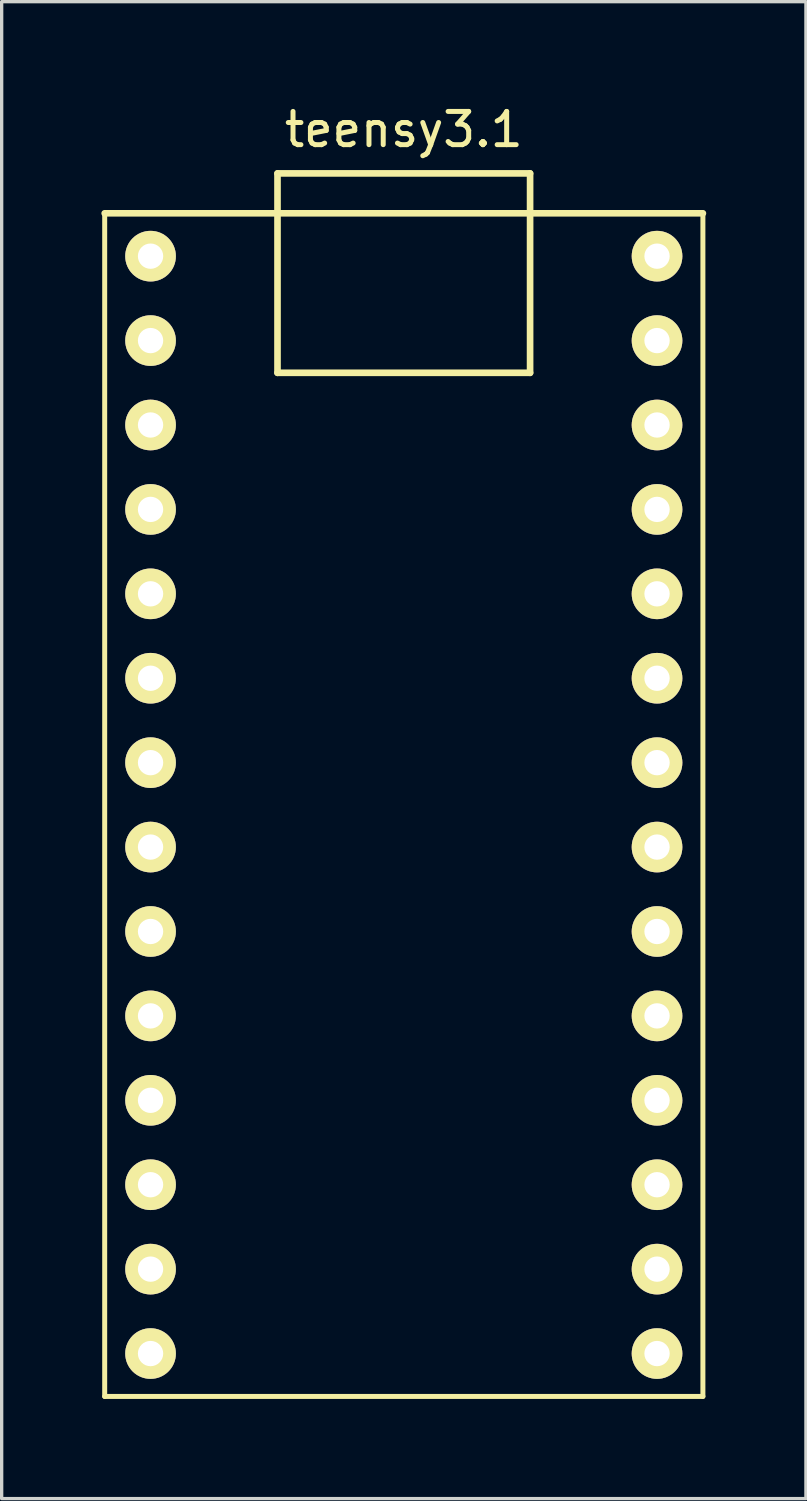
<source format=kicad_pcb>
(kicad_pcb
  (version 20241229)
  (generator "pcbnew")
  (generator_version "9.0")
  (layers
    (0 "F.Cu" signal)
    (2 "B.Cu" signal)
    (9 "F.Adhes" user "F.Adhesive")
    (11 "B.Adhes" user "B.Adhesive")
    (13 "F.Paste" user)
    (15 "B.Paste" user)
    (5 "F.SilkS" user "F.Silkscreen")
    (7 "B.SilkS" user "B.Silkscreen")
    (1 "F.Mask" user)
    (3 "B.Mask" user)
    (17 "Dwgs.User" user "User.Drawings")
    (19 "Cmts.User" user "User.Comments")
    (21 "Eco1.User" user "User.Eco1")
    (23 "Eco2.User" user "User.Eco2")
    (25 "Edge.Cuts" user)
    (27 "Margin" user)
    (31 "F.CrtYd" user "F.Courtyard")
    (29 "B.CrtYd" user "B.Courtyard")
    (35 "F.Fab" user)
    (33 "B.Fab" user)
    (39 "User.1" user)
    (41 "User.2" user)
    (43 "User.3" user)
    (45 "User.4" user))
  (footprint "teensy3.1"
    (layer "F.Cu")
    (at 9.1 21.168)
    (property "Reference" "teensy3.1" (at 0 -20.32 0) (layer "F.SilkS") (effects (font (size 1 1) (thickness 0.15))))
    (attr through_hole)
    (fp_line (start -9 -17.8) (end 9 -17.8) (stroke (width 0.2) (type solid)) (layer "F.SilkS"))
    (fp_line (start -9 17.8) (end -9 -17.8) (stroke (width 0.15) (type solid)) (layer "F.SilkS"))
    (fp_line (start -3.8 -19) (end -3.8 -13) (stroke (width 0.2) (type solid)) (layer "F.SilkS"))
    (fp_line (start -3.8 -13) (end 3.8 -13) (stroke (width 0.2) (type solid)) (layer "F.SilkS"))
    (fp_line (start 3.8 -19) (end -3.8 -19) (stroke (width 0.2) (type solid)) (layer "F.SilkS"))
    (fp_line (start 3.8 -13) (end 3.8 -19) (stroke (width 0.2) (type solid)) (layer "F.SilkS"))
    (fp_line (start 9 -17.8) (end 9 17.8) (stroke (width 0.15) (type solid)) (layer "F.SilkS"))
    (fp_line (start 9 17.8) (end -9 17.8) (stroke (width 0.15) (type solid)) (layer "F.SilkS"))
    (pad "0" thru_hole circle (at -7.62 -16.51) (size 1.524 1.524) (drill 0.762) (layers "*.Cu" "*.Mask" "F.SilkS"))
    (pad "1" thru_hole circle (at -7.62 -13.97) (size 1.524 1.524) (drill 0.762) (layers "*.Cu" "*.Mask" "F.SilkS"))
    (pad "2" thru_hole circle (at -7.62 -11.43) (size 1.524 1.524) (drill 0.762) (layers "*.Cu" "*.Mask" "F.SilkS"))
    (pad "3" thru_hole circle (at -7.62 -8.89) (size 1.524 1.524) (drill 0.762) (layers "*.Cu" "*.Mask" "F.SilkS"))
    (pad "4" thru_hole circle (at -7.62 -6.35) (size 1.524 1.524) (drill 0.762) (layers "*.Cu" "*.Mask" "F.SilkS"))
    (pad "5" thru_hole circle (at -7.62 -3.81) (size 1.524 1.524) (drill 0.762) (layers "*.Cu" "*.Mask" "F.SilkS"))
    (pad "6" thru_hole circle (at -7.62 -1.27) (size 1.524 1.524) (drill 0.762) (layers "*.Cu" "*.Mask" "F.SilkS"))
    (pad "7" thru_hole circle (at -7.62 1.27) (size 1.524 1.524) (drill 0.762) (layers "*.Cu" "*.Mask" "F.SilkS"))
    (pad "8" thru_hole circle (at -7.62 3.81) (size 1.524 1.524) (drill 0.762) (layers "*.Cu" "*.Mask" "F.SilkS"))
    (pad "9" thru_hole circle (at -7.62 6.35) (size 1.524 1.524) (drill 0.762) (layers "*.Cu" "*.Mask" "F.SilkS"))
    (pad "10" thru_hole circle (at -7.62 8.89) (size 1.524 1.524) (drill 0.762) (layers "*.Cu" "*.Mask" "F.SilkS"))
    (pad "11" thru_hole circle (at -7.62 11.43) (size 1.524 1.524) (drill 0.762) (layers "*.Cu" "*.Mask" "F.SilkS"))
    (pad "12" thru_hole circle (at -7.62 13.97) (size 1.524 1.524) (drill 0.762) (layers "*.Cu" "*.Mask" "F.SilkS"))
    (pad "13" thru_hole circle (at -7.62 16.51) (size 1.524 1.524) (drill 0.762) (layers "*.Cu" "*.Mask" "F.SilkS"))
    (pad "19" thru_hole circle (at 7.62 16.51) (size 1.524 1.524) (drill 0.762) (layers "*.Cu" "*.Mask" "F.SilkS"))
    (pad "20" thru_hole circle (at 7.62 13.97) (size 1.524 1.524) (drill 0.762) (layers "*.Cu" "*.Mask" "F.SilkS"))
    (pad "21" thru_hole circle (at 7.62 11.43) (size 1.524 1.524) (drill 0.762) (layers "*.Cu" "*.Mask" "F.SilkS"))
    (pad "22" thru_hole circle (at 7.62 8.89) (size 1.524 1.524) (drill 0.762) (layers "*.Cu" "*.Mask" "F.SilkS"))
    (pad "23" thru_hole circle (at 7.62 6.35) (size 1.524 1.524) (drill 0.762) (layers "*.Cu" "*.Mask" "F.SilkS"))
    (pad "24" thru_hole circle (at 7.62 3.81) (size 1.524 1.524) (drill 0.762) (layers "*.Cu" "*.Mask" "F.SilkS"))
    (pad "25" thru_hole circle (at 7.62 1.27) (size 1.524 1.524) (drill 0.762) (layers "*.Cu" "*.Mask" "F.SilkS"))
    (pad "26" thru_hole circle (at 7.62 -1.27) (size 1.524 1.524) (drill 0.762) (layers "*.Cu" "*.Mask" "F.SilkS"))
    (pad "27" thru_hole circle (at 7.62 -3.81) (size 1.524 1.524) (drill 0.762) (layers "*.Cu" "*.Mask" "F.SilkS"))
    (pad "28" thru_hole circle (at 7.62 -6.35) (size 1.524 1.524) (drill 0.762) (layers "*.Cu" "*.Mask" "F.SilkS"))
    (pad "29" thru_hole circle (at 7.62 -8.89) (size 1.524 1.524) (drill 0.762) (layers "*.Cu" "*.Mask" "F.SilkS"))
    (pad "30" thru_hole circle (at 7.62 -11.43) (size 1.524 1.524) (drill 0.762) (layers "*.Cu" "*.Mask" "F.SilkS"))
    (pad "31" thru_hole circle (at 7.62 -13.97) (size 1.524 1.524) (drill 0.762) (layers "*.Cu" "*.Mask" "F.SilkS"))
    (pad "32" thru_hole circle (at 7.62 -16.51) (size 1.524 1.524) (drill 0.762) (layers "*.Cu" "*.Mask" "F.SilkS")))
  (gr_rect
    (start -3 -3)
    (end 21.2 42.043)
    (stroke (width 0.1) (type default))
    (fill no)
    (layer "Edge.Cuts")))
</source>
